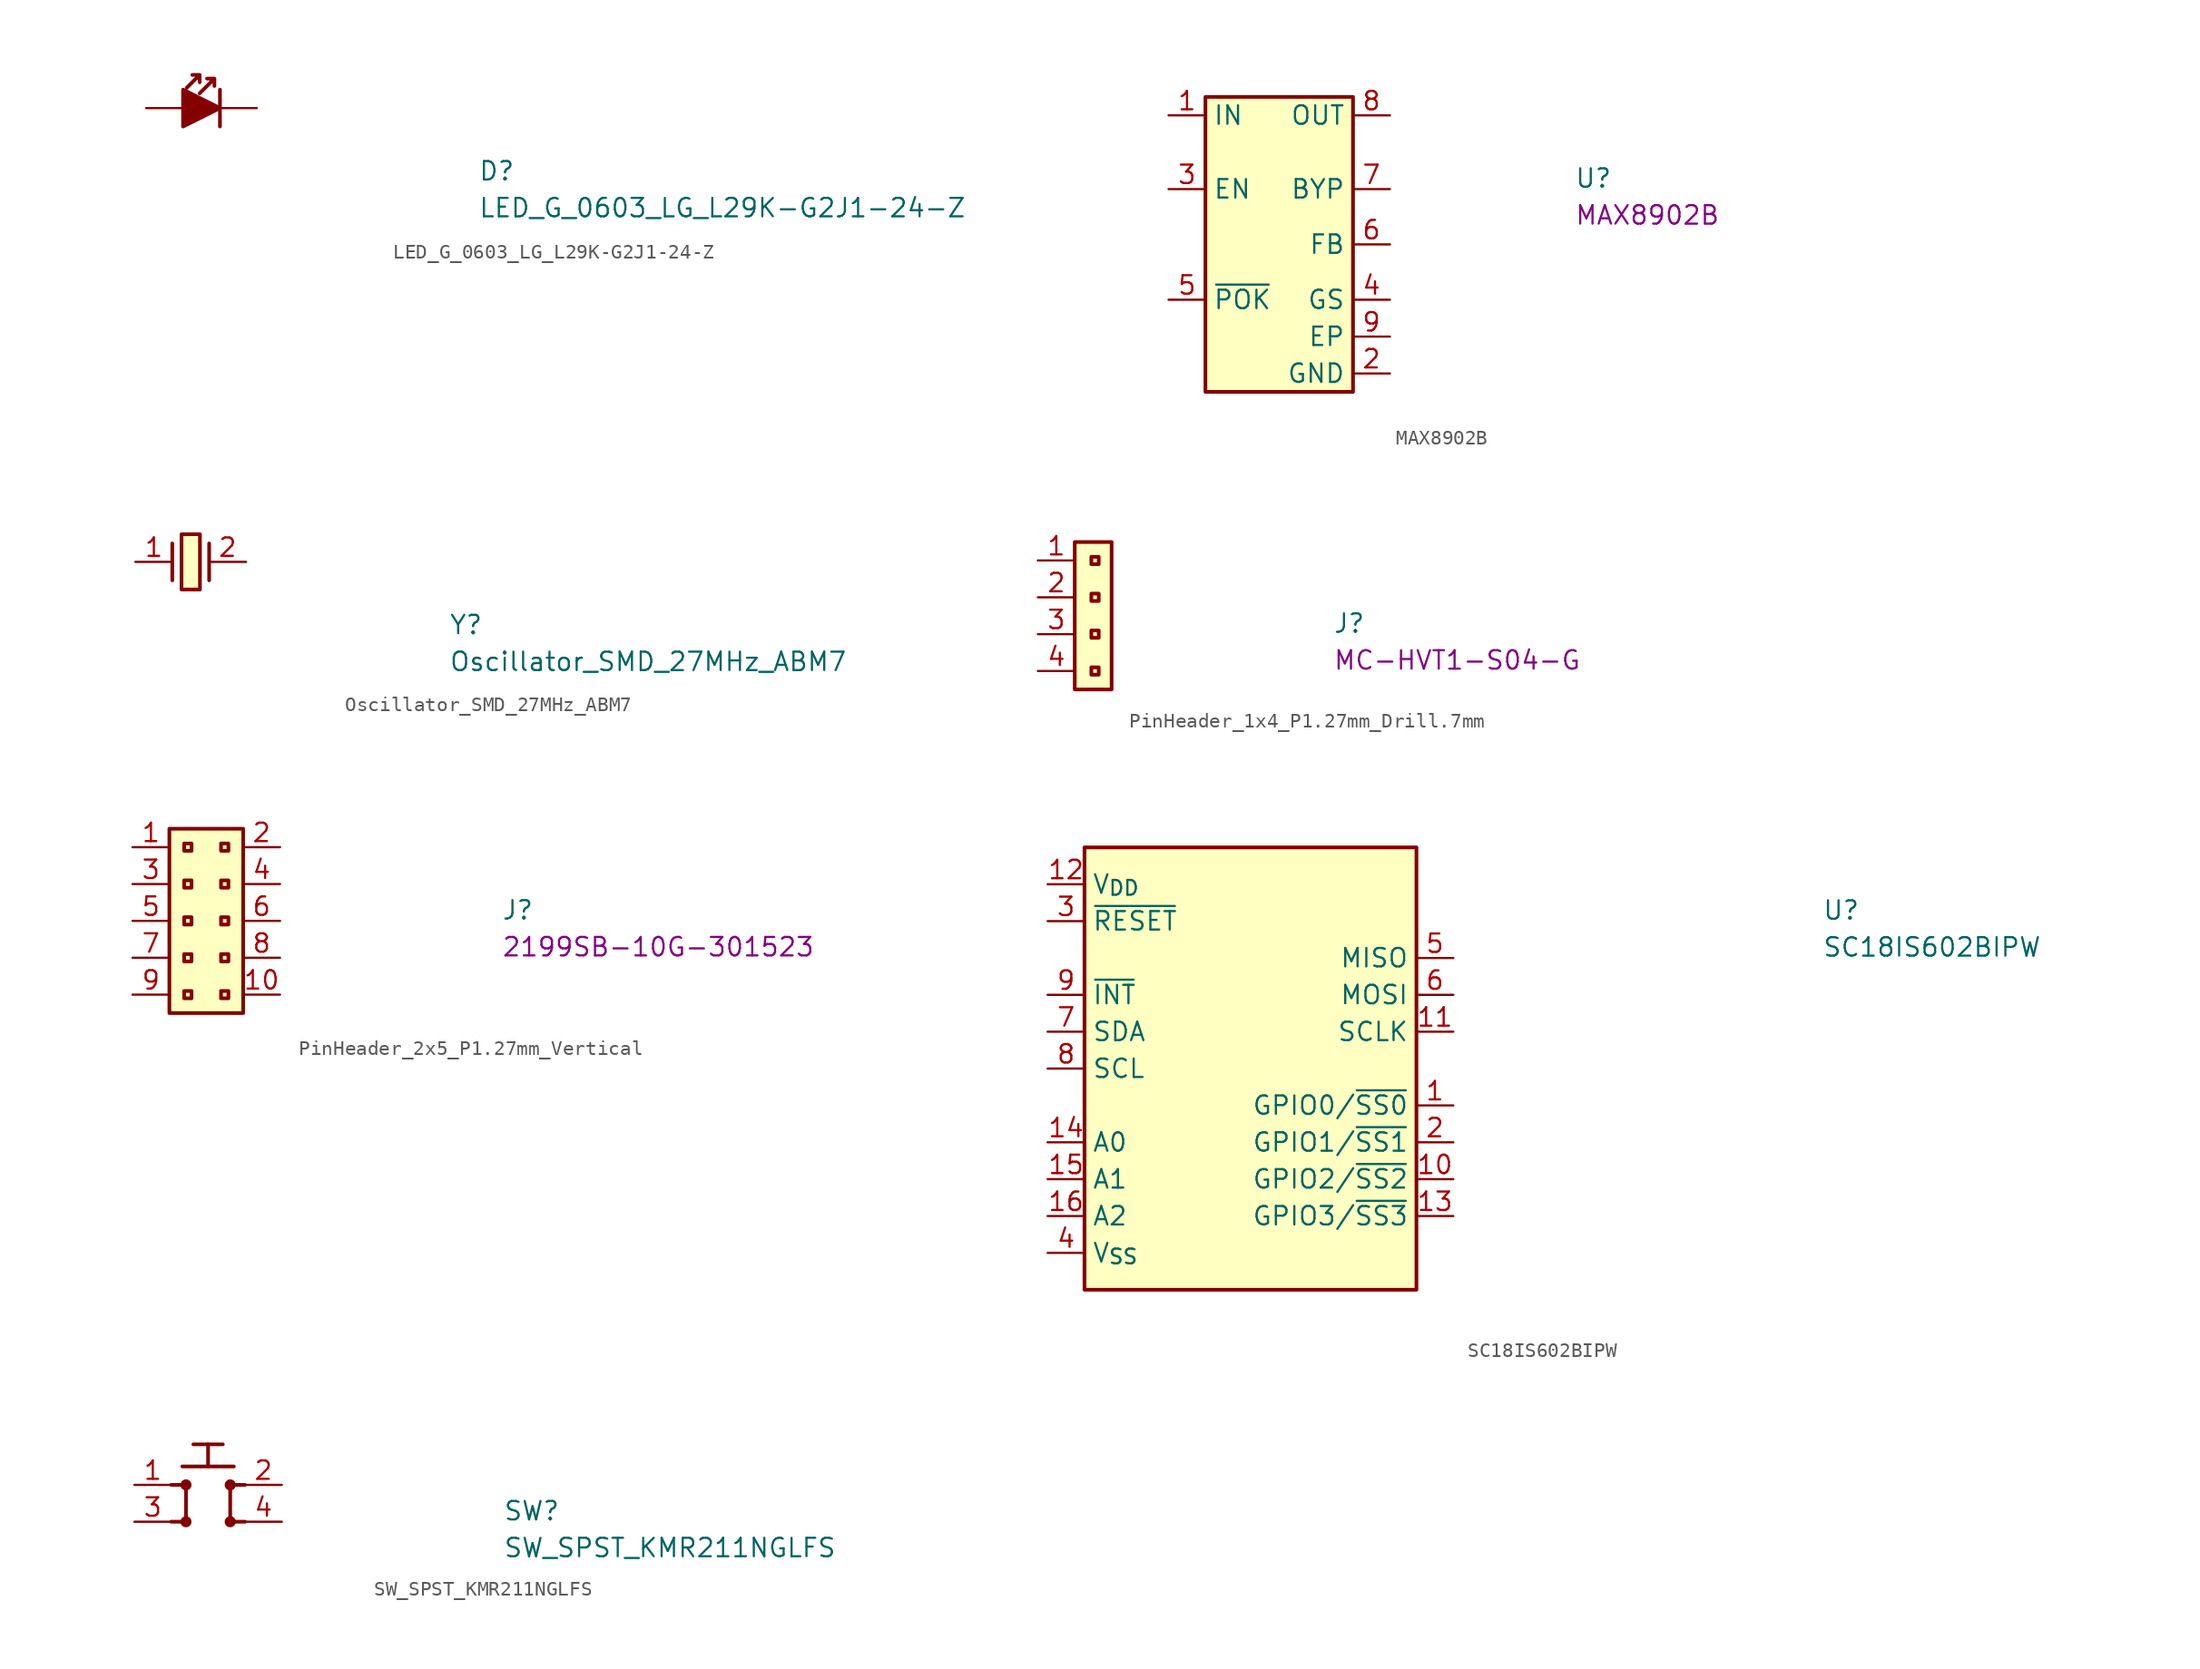
<source format=kicad_sym>
(kicad_symbol_lib
  (version 20211014)
  (generator kicad_symbol_editor)
  (symbol "LED_G_0603_LG_L29K-G2J1-24-Z"
    (pin_numbers hide)
    (pin_names hide)
    (property "Reference" "D"
      (at 22.86 -5.08 0)
      (effects (font (size 1.27 1.27) (thickness 0.15)) (justify left bottom)))
    (property "Value" "LED_G_0603_LG_L29K-G2J1-24-Z"
      (at 22.86 -7.62 0)
      (effects (font (size 1.27 1.27) (thickness 0.15)) (justify left bottom)))
    (symbol "LED_G_0603_LG_L29K-G2J1-24-Z_1_1"
      (polyline (pts (xy 5.08 1.27) (xy 5.08 -1.27)) (stroke (width 0.254) (type default) (color 0 0 0 0)) (fill (type none)))
      (polyline (pts (xy 2.54 1.27) (xy 2.54 -1.27) (xy 5.08 0) (xy 2.54 1.27)) (stroke (width 0.254) (type default) (color 0 0 0 0)) (fill (type outline)))
      (polyline (pts (xy 3.683 2.286) (xy 3.683 1.778) (xy 3.683 2.286) (xy 3.175 2.286) (xy 3.683 2.286) (xy 2.794 1.397)) (stroke (width 0.254) (type default) (color 0 0 0 0)) (fill (type none)))
      (polyline (pts (xy 4.699 2.032) (xy 4.699 1.524) (xy 4.699 2.032) (xy 4.191 2.032) (xy 4.699 2.032) (xy 3.683 1.016)) (stroke (width 0.254) (type default) (color 0 0 0 0)) (fill (type none)))
      (pin passive line (at 0 0 0) (length 2.54) (name "~" (effects (font (size 1.27 1.27)))) (number "1" (effects (font (size 1.27 1.27)))))
      (pin passive line (at 7.62 0 180) (length 2.54) (name "2" (effects (font (size 1.27 1.27)))) (number "2" (effects (font (size 1.27 1.27)))))))
  (symbol "MAX8902B"
    (property "Reference" "U"
      (at 27.94 -5.08 0)
      (effects (font (size 1.27 1.27) (thickness 0.15)) (justify left bottom)))
    (property "MPN" "MAX8902B"
      (at 27.94 -7.62 0)
      (effects (font (size 1.27 1.27) (thickness 0.15)) (justify left bottom)))
    (symbol "MAX8902B_1_1"
      (rectangle (start 2.54 1.27) (end 12.7 -19.05) (stroke (width 0.254) (type default) (color 0 0 0 0)) (fill (type background)))
      (pin input line (at 0 0 0) (length 2.54) (name "IN" (effects (font (size 1.27 1.27)))) (number "1" (effects (font (size 1.27 1.27)))))
      (pin power_in line (at 15.24 -17.78 180) (length 2.54) (name "GND" (effects (font (size 1.27 1.27)))) (number "2" (effects (font (size 1.27 1.27)))))
      (pin input line (at 0 -5.08 0) (length 2.54) (name "EN" (effects (font (size 1.27 1.27)))) (number "3" (effects (font (size 1.27 1.27)))))
      (pin input line (at 15.24 -12.7 180) (length 2.54) (name "GS" (effects (font (size 1.27 1.27)))) (number "4" (effects (font (size 1.27 1.27)))))
      (pin output line (at 0 -12.7 0) (length 2.54) (name "~{POK}" (effects (font (size 1.27 1.27)))) (number "5" (effects (font (size 1.27 1.27)))))
      (pin input line (at 15.24 -8.89 180) (length 2.54) (name "FB" (effects (font (size 1.27 1.27)))) (number "6" (effects (font (size 1.27 1.27)))))
      (pin input line (at 15.24 -5.08 180) (length 2.54) (name "BYP" (effects (font (size 1.27 1.27)))) (number "7" (effects (font (size 1.27 1.27)))))
      (pin power_out line (at 15.24 0 180) (length 2.54) (name "OUT" (effects (font (size 1.27 1.27)))) (number "8" (effects (font (size 1.27 1.27)))))
      (pin passive line (at 15.24 -15.24 180) (length 2.54) (name "EP" (effects (font (size 1.27 1.27)))) (number "9" (effects (font (size 1.27 1.27)))))))
  (symbol "Oscillator_SMD_27MHz_ABM7"
    (property "Reference" "Y"
      (at 21.59 -5.08 0)
      (effects (font (size 1.27 1.27) (thickness 0.15)) (justify left bottom)))
    (property "Value" "Oscillator_SMD_27MHz_ABM7"
      (at 21.59 -7.62 0)
      (effects (font (size 1.27 1.27) (thickness 0.15)) (justify left bottom)))
    (symbol "Oscillator_SMD_27MHz_ABM7_1_1"
      (polyline (pts (xy 2.54 1.27) (xy 2.54 -1.27)) (stroke (width 0.254) (type default) (color 0 0 0 0)) (fill (type background)))
      (polyline (pts (xy 5.08 -1.27) (xy 5.08 1.27)) (stroke (width 0.254) (type default) (color 0 0 0 0)) (fill (type background)))
      (rectangle (start 3.175 1.905) (end 4.445 -1.905) (stroke (width 0.254) (type default) (color 0 0 0 0)) (fill (type background)))
      (pin passive line (at 0 0 0) (length 2.54) (name "~" (effects (font (size 1.27 1.27)))) (number "1" (effects (font (size 1.27 1.27)))))
      (pin passive line (at 7.62 0 180) (length 2.54) (name "~" (effects (font (size 1.27 1.27)))) (number "2" (effects (font (size 1.27 1.27)))))))
  (symbol "PinHeader_1x4_P1.27mm_Drill.7mm"
    (property "Reference" "J"
      (at 20.32 -5.08 0)
      (effects (font (size 1.27 1.27) (thickness 0.15)) (justify left bottom)))
    (property "MPN" "MC-HVT1-S04-G"
      (at 20.32 -7.62 0)
      (effects (font (size 1.27 1.27) (thickness 0.15)) (justify left bottom)))
    (symbol "PinHeader_1x4_P1.27mm_Drill.7mm_1_1"
      (rectangle (start 4.191 -7.874) (end 3.683 -7.366) (stroke (width 0.254) (type default) (color 0 0 0 0)) (fill (type background)))
      (rectangle (start 4.191 -5.334) (end 3.683 -4.826) (stroke (width 0.254) (type default) (color 0 0 0 0)) (fill (type background)))
      (rectangle (start 4.191 -2.794) (end 3.683 -2.286) (stroke (width 0.254) (type default) (color 0 0 0 0)) (fill (type background)))
      (rectangle (start 4.191 -0.254) (end 3.683 0.254) (stroke (width 0.254) (type default) (color 0 0 0 0)) (fill (type background)))
      (rectangle (start 5.08 -8.89) (end 2.54 1.27) (stroke (width 0.254) (type default) (color 0 0 0 0)) (fill (type background)))
      (pin passive line (at 0 0 0) (length 2.54) (name "~" (effects (font (size 1.27 1.27)))) (number "1" (effects (font (size 1.27 1.27)))))
      (pin passive line (at 0 -2.54 0) (length 2.54) (name "~" (effects (font (size 1.27 1.27)))) (number "2" (effects (font (size 1.27 1.27)))))
      (pin passive line (at 0 -5.08 0) (length 2.54) (name "~" (effects (font (size 1.27 1.27)))) (number "3" (effects (font (size 1.27 1.27)))))
      (pin passive line (at 0 -7.62 0) (length 2.54) (name "~" (effects (font (size 1.27 1.27)))) (number "4" (effects (font (size 1.27 1.27)))))))
  (symbol "PinHeader_2x5_P1.27mm_Vertical"
    (property "Reference" "J"
      (at 25.4 -5.08 0)
      (effects (font (size 1.27 1.27) (thickness 0.15)) (justify left bottom)))
    (property "MPN" "2199SB-10G-301523"
      (at 25.4 -7.62 0)
      (effects (font (size 1.27 1.27) (thickness 0.15)) (justify left bottom)))
    (symbol "PinHeader_2x5_P1.27mm_Vertical_1_1"
      (rectangle (start 2.54 1.27) (end 7.62 -11.43) (stroke (width 0.254) (type default) (color 0 0 0 0)) (fill (type background)))
      (rectangle (start 3.556 -9.906) (end 4.064 -10.414) (stroke (width 0.254) (type default) (color 0 0 0 0)) (fill (type background)))
      (rectangle (start 3.556 -7.366) (end 4.064 -7.874) (stroke (width 0.254) (type default) (color 0 0 0 0)) (fill (type background)))
      (rectangle (start 3.556 -4.826) (end 4.064 -5.334) (stroke (width 0.254) (type default) (color 0 0 0 0)) (fill (type background)))
      (rectangle (start 3.556 -2.286) (end 4.064 -2.794) (stroke (width 0.254) (type default) (color 0 0 0 0)) (fill (type background)))
      (rectangle (start 3.556 0.254) (end 4.064 -0.254) (stroke (width 0.254) (type default) (color 0 0 0 0)) (fill (type background)))
      (rectangle (start 6.096 -9.906) (end 6.604 -10.414) (stroke (width 0.254) (type default) (color 0 0 0 0)) (fill (type background)))
      (rectangle (start 6.096 -7.366) (end 6.604 -7.874) (stroke (width 0.254) (type default) (color 0 0 0 0)) (fill (type background)))
      (rectangle (start 6.096 -4.826) (end 6.604 -5.334) (stroke (width 0.254) (type default) (color 0 0 0 0)) (fill (type background)))
      (rectangle (start 6.096 -2.286) (end 6.604 -2.794) (stroke (width 0.254) (type default) (color 0 0 0 0)) (fill (type background)))
      (rectangle (start 6.096 0.254) (end 6.604 -0.254) (stroke (width 0.254) (type default) (color 0 0 0 0)) (fill (type background)))
      (pin passive line (at 0 0 0) (length 2.54) (name "~" (effects (font (size 1.27 1.27)))) (number "1" (effects (font (size 1.27 1.27)))))
      (pin passive line (at 10.16 -10.16 180) (length 2.54) (name "~" (effects (font (size 1.27 1.27)))) (number "10" (effects (font (size 1.27 1.27)))))
      (pin passive line (at 10.16 0 180) (length 2.54) (name "~" (effects (font (size 1.27 1.27)))) (number "2" (effects (font (size 1.27 1.27)))))
      (pin passive line (at 0 -2.54 0) (length 2.54) (name "~" (effects (font (size 1.27 1.27)))) (number "3" (effects (font (size 1.27 1.27)))))
      (pin passive line (at 10.16 -2.54 180) (length 2.54) (name "~" (effects (font (size 1.27 1.27)))) (number "4" (effects (font (size 1.27 1.27)))))
      (pin passive line (at 0 -5.08 0) (length 2.54) (name "~" (effects (font (size 1.27 1.27)))) (number "5" (effects (font (size 1.27 1.27)))))
      (pin passive line (at 10.16 -5.08 180) (length 2.54) (name "~" (effects (font (size 1.27 1.27)))) (number "6" (effects (font (size 1.27 1.27)))))
      (pin passive line (at 0 -7.62 0) (length 2.54) (name "~" (effects (font (size 1.27 1.27)))) (number "7" (effects (font (size 1.27 1.27)))))
      (pin passive line (at 10.16 -7.62 180) (length 2.54) (name "~" (effects (font (size 1.27 1.27)))) (number "8" (effects (font (size 1.27 1.27)))))
      (pin passive line (at 0 -10.16 0) (length 2.54) (name "~" (effects (font (size 1.27 1.27)))) (number "9" (effects (font (size 1.27 1.27)))))))
  (symbol "SC18IS602BIPW"
    (property "Reference" "U"
      (at 53.34 -2.54 0)
      (effects (font (size 1.27 1.27) (thickness 0.15)) (justify left bottom)))
    (property "Value" "SC18IS602BIPW"
      (at 53.34 -5.08 0)
      (effects (font (size 1.27 1.27) (thickness 0.15)) (justify left bottom)))
    (symbol "SC18IS602BIPW_1_1"
      (rectangle (start 2.54 2.54) (end 25.4 -27.94) (stroke (width 0.254) (type default) (color 0 0 0 0)) (fill (type background)))
      (pin bidirectional line (at 27.94 -15.24 180) (length 2.54) (name "GPIO0/~{SS0}" (effects (font (size 1.27 1.27)))) (number "1" (effects (font (size 1.27 1.27)))))
      (pin bidirectional line (at 27.94 -20.32 180) (length 2.54) (name "GPIO2/~{SS2}" (effects (font (size 1.27 1.27)))) (number "10" (effects (font (size 1.27 1.27)))))
      (pin output line (at 27.94 -10.16 180) (length 2.54) (name "SCLK" (effects (font (size 1.27 1.27)))) (number "11" (effects (font (size 1.27 1.27)))))
      (pin power_in line (at 0 0 0) (length 2.54) (name "V_{DD}" (effects (font (size 1.27 1.27)))) (number "12" (effects (font (size 1.27 1.27)))))
      (pin bidirectional line (at 27.94 -22.86 180) (length 2.54) (name "GPIO3/~{SS3}" (effects (font (size 1.27 1.27)))) (number "13" (effects (font (size 1.27 1.27)))))
      (pin input line (at 0 -17.78 0) (length 2.54) (name "A0" (effects (font (size 1.27 1.27)))) (number "14" (effects (font (size 1.27 1.27)))))
      (pin input line (at 0 -20.32 0) (length 2.54) (name "A1" (effects (font (size 1.27 1.27)))) (number "15" (effects (font (size 1.27 1.27)))))
      (pin input line (at 0 -22.86 0) (length 2.54) (name "A2" (effects (font (size 1.27 1.27)))) (number "16" (effects (font (size 1.27 1.27)))))
      (pin bidirectional line (at 27.94 -17.78 180) (length 2.54) (name "GPIO1/~{SS1}" (effects (font (size 1.27 1.27)))) (number "2" (effects (font (size 1.27 1.27)))))
      (pin input line (at 0 -2.54 0) (length 2.54) (name "~{RESET}" (effects (font (size 1.27 1.27)))) (number "3" (effects (font (size 1.27 1.27)))))
      (pin power_in line (at 0 -25.4 0) (length 2.54) (name "V_{SS}" (effects (font (size 1.27 1.27)))) (number "4" (effects (font (size 1.27 1.27)))))
      (pin input line (at 27.94 -5.08 180) (length 2.54) (name "MISO" (effects (font (size 1.27 1.27)))) (number "5" (effects (font (size 1.27 1.27)))))
      (pin output line (at 27.94 -7.62 180) (length 2.54) (name "MOSI" (effects (font (size 1.27 1.27)))) (number "6" (effects (font (size 1.27 1.27)))))
      (pin bidirectional line (at 0 -10.16 0) (length 2.54) (name "SDA" (effects (font (size 1.27 1.27)))) (number "7" (effects (font (size 1.27 1.27)))))
      (pin input line (at 0 -12.7 0) (length 2.54) (name "SCL" (effects (font (size 1.27 1.27)))) (number "8" (effects (font (size 1.27 1.27)))))
      (pin output line (at 0 -7.62 0) (length 2.54) (name "~{INT}" (effects (font (size 1.27 1.27)))) (number "9" (effects (font (size 1.27 1.27)))))))
  (symbol "SW_SPST_KMR211NGLFS"
    (property "Reference" "SW"
      (at 25.4 -2.54 0)
      (effects (font (size 1.27 1.27) (thickness 0.15)) (justify left bottom)))
    (property "Value" "SW_SPST_KMR211NGLFS"
      (at 25.4 -5.08 0)
      (effects (font (size 1.27 1.27) (thickness 0.15)) (justify left bottom)))
    (symbol "SW_SPST_KMR211NGLFS_1_1"
      (polyline (pts (xy 2.54 -2.54) (xy 3.302 -2.54)) (stroke (width 0.254) (type default) (color 0 0 0 0)) (fill (type background)))
      (polyline (pts (xy 2.54 0) (xy 3.302 0)) (stroke (width 0.254) (type default) (color 0 0 0 0)) (fill (type background)))
      (polyline (pts (xy 3.302 1.27) (xy 6.858 1.27)) (stroke (width 0.254) (type default) (color 0 0 0 0)) (fill (type background)))
      (polyline (pts (xy 3.556 -0.305) (xy 3.556 -2.184)) (stroke (width 0.254) (type default) (color 0 0 0 0)) (fill (type background)))
      (polyline (pts (xy 4.064 2.794) (xy 6.096 2.794)) (stroke (width 0.254) (type default) (color 0 0 0 0)) (fill (type background)))
      (polyline (pts (xy 5.08 1.27) (xy 5.08 2.794)) (stroke (width 0.254) (type default) (color 0 0 0 0)) (fill (type background)))
      (polyline (pts (xy 6.604 -0.254) (xy 6.604 -2.184)) (stroke (width 0.254) (type default) (color 0 0 0 0)) (fill (type background)))
      (polyline (pts (xy 7.62 -2.54) (xy 6.858 -2.54)) (stroke (width 0.254) (type default) (color 0 0 0 0)) (fill (type background)))
      (polyline (pts (xy 7.62 0) (xy 6.858 0)) (stroke (width 0.254) (type default) (color 0 0 0 0)) (fill (type background)))
      (circle (center 3.556 -2.54) (radius 0.254) (stroke (width 0.254) (type default) (color 0 0 0 0)) (fill (type outline)))
      (circle (center 3.556 0) (radius 0.254) (stroke (width 0.254) (type default) (color 0 0 0 0)) (fill (type outline)))
      (circle (center 6.604 -2.54) (radius 0.254) (stroke (width 0.254) (type default) (color 0 0 0 0)) (fill (type outline)))
      (circle (center 6.604 0) (radius 0.254) (stroke (width 0.254) (type default) (color 0 0 0 0)) (fill (type outline)))
      (pin passive line (at 0 0 0) (length 2.54) (name "~" (effects (font (size 1.27 1.27)))) (number "1" (effects (font (size 1.27 1.27)))))
      (pin passive line (at 10.16 0 180) (length 2.54) (name "~" (effects (font (size 1.27 1.27)))) (number "2" (effects (font (size 1.27 1.27)))))
      (pin passive line (at 0 -2.54 0) (length 2.54) (name "~" (effects (font (size 1.27 1.27)))) (number "3" (effects (font (size 1.27 1.27)))))
      (pin passive line (at 10.16 -2.54 180) (length 2.54) (name "~" (effects (font (size 1.27 1.27)))) (number "4" (effects (font (size 1.27 1.27))))))))
</source>
